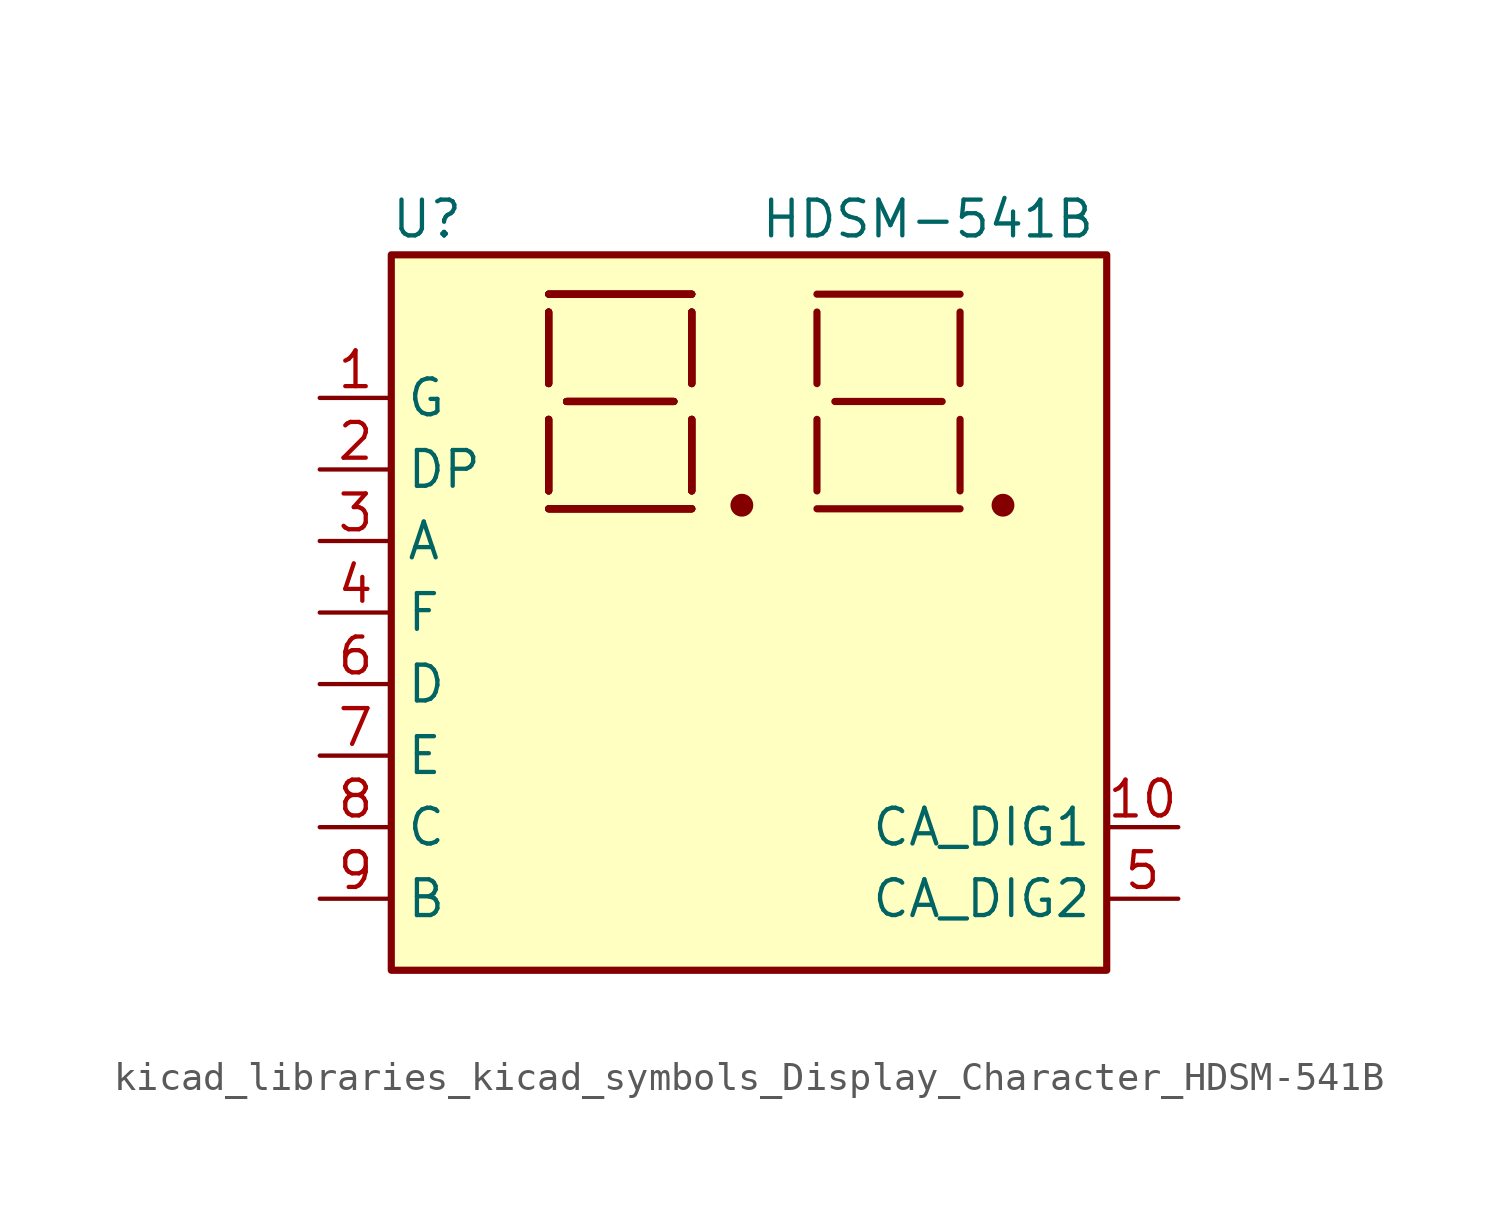
<source format=kicad_sym>
(kicad_symbol_lib
  (version 20220914)
  (generator kicad_symbol_editor)
  (symbol "kicad_libraries_kicad_symbols_Display_Character_HDSM-541B"
    (property "Reference" "U"
      (at -11.43 13.97 0)
      (effects (font (size 1.27 1.27))))
    (property "Value" "HDSM-541B"
      (at 6.35 13.97 0)
      (effects (font (size 1.27 1.27))))
    (symbol "kicad_libraries_kicad_symbols_Display_Character_HDSM-541B_0_1"
      (rectangle (start -12.7 12.7) (end 12.7 -12.7) (stroke (width 0.254) (type default)) (fill (type background)))
      (circle (center -0.254 3.81) (radius 0.279) (stroke (width 0.254) (type default)) (fill (type outline)))
      (polyline (pts (xy -7.112 3.683) (xy -2.032 3.683)) (stroke (width 0.254) (type default)) (fill (type none)))
      (polyline (pts (xy -7.112 3.683) (xy -2.032 3.683)) (stroke (width 0.254) (type default)) (fill (type none)))
      (polyline (pts (xy -7.112 3.683) (xy -2.032 3.683)) (stroke (width 0.254) (type default)) (fill (type none)))
      (polyline (pts (xy -7.112 3.683) (xy -2.032 3.683)) (stroke (width 0.254) (type default)) (fill (type none)))
      (polyline (pts (xy -7.112 4.318) (xy -7.112 6.858)) (stroke (width 0.254) (type default)) (fill (type none)))
      (polyline (pts (xy -7.112 4.318) (xy -7.112 6.858)) (stroke (width 0.254) (type default)) (fill (type none)))
      (polyline (pts (xy -7.112 4.318) (xy -7.112 6.858)) (stroke (width 0.254) (type default)) (fill (type none)))
      (polyline (pts (xy -7.112 4.318) (xy -7.112 6.858)) (stroke (width 0.254) (type default)) (fill (type none)))
      (polyline (pts (xy -7.112 8.128) (xy -7.112 10.668)) (stroke (width 0.254) (type default)) (fill (type none)))
      (polyline (pts (xy -7.112 8.128) (xy -7.112 10.668)) (stroke (width 0.254) (type default)) (fill (type none)))
      (polyline (pts (xy -7.112 8.128) (xy -7.112 10.668)) (stroke (width 0.254) (type default)) (fill (type none)))
      (polyline (pts (xy -7.112 8.128) (xy -7.112 10.668)) (stroke (width 0.254) (type default)) (fill (type none)))
      (polyline (pts (xy -7.112 11.303) (xy -2.032 11.303)) (stroke (width 0.254) (type default)) (fill (type none)))
      (polyline (pts (xy -7.112 11.303) (xy -2.032 11.303)) (stroke (width 0.254) (type default)) (fill (type none)))
      (polyline (pts (xy -7.112 11.303) (xy -2.032 11.303)) (stroke (width 0.254) (type default)) (fill (type none)))
      (polyline (pts (xy -7.112 11.303) (xy -2.032 11.303)) (stroke (width 0.254) (type default)) (fill (type none)))
      (polyline (pts (xy -6.477 7.493) (xy -2.667 7.493)) (stroke (width 0.254) (type default)) (fill (type none)))
      (polyline (pts (xy -6.477 7.493) (xy -2.667 7.493)) (stroke (width 0.254) (type default)) (fill (type none)))
      (polyline (pts (xy -6.477 7.493) (xy -2.667 7.493)) (stroke (width 0.254) (type default)) (fill (type none)))
      (polyline (pts (xy -6.477 7.493) (xy -2.667 7.493)) (stroke (width 0.254) (type default)) (fill (type none)))
      (polyline (pts (xy -2.032 4.318) (xy -2.032 6.858)) (stroke (width 0.254) (type default)) (fill (type none)))
      (polyline (pts (xy -2.032 4.318) (xy -2.032 6.858)) (stroke (width 0.254) (type default)) (fill (type none)))
      (polyline (pts (xy -2.032 4.318) (xy -2.032 6.858)) (stroke (width 0.254) (type default)) (fill (type none)))
      (polyline (pts (xy -2.032 4.318) (xy -2.032 6.858)) (stroke (width 0.254) (type default)) (fill (type none)))
      (polyline (pts (xy -2.032 10.668) (xy -2.032 8.128)) (stroke (width 0.254) (type default)) (fill (type none)))
      (polyline (pts (xy -2.032 10.668) (xy -2.032 8.128)) (stroke (width 0.254) (type default)) (fill (type none)))
      (polyline (pts (xy -2.032 10.668) (xy -2.032 8.128)) (stroke (width 0.254) (type default)) (fill (type none)))
      (polyline (pts (xy -2.032 10.668) (xy -2.032 8.128)) (stroke (width 0.254) (type default)) (fill (type none)))
      (polyline (pts (xy 2.413 3.683) (xy 7.493 3.683)) (stroke (width 0.254) (type default)) (fill (type none)))
      (polyline (pts (xy 2.413 4.318) (xy 2.413 6.858)) (stroke (width 0.254) (type default)) (fill (type none)))
      (polyline (pts (xy 2.413 8.128) (xy 2.413 10.668)) (stroke (width 0.254) (type default)) (fill (type none)))
      (polyline (pts (xy 2.413 11.303) (xy 7.493 11.303)) (stroke (width 0.254) (type default)) (fill (type none)))
      (polyline (pts (xy 3.048 7.493) (xy 6.858 7.493)) (stroke (width 0.254) (type default)) (fill (type none)))
      (polyline (pts (xy 7.493 4.318) (xy 7.493 6.858)) (stroke (width 0.254) (type default)) (fill (type none)))
      (polyline (pts (xy 7.493 8.128) (xy 7.493 10.668)) (stroke (width 0.254) (type default)) (fill (type none)))
      (circle (center 9.017 3.81) (radius 0.279) (stroke (width 0.254) (type default)) (fill (type outline))))
    (symbol "kicad_libraries_kicad_symbols_Display_Character_HDSM-541B_1_1"
      (pin input line (at -15.24 7.62 0) (length 2.54) (name "G" (effects (font (size 1.27 1.27)))) (number "1" (effects (font (size 1.27 1.27)))))
      (pin input line (at 15.24 -7.62 180) (length 2.54) (name "CA_DIG1" (effects (font (size 1.27 1.27)))) (number "10" (effects (font (size 1.27 1.27)))))
      (pin input line (at -15.24 5.08 0) (length 2.54) (name "DP" (effects (font (size 1.27 1.27)))) (number "2" (effects (font (size 1.27 1.27)))))
      (pin input line (at -15.24 2.54 0) (length 2.54) (name "A" (effects (font (size 1.27 1.27)))) (number "3" (effects (font (size 1.27 1.27)))))
      (pin input line (at -15.24 0 0) (length 2.54) (name "F" (effects (font (size 1.27 1.27)))) (number "4" (effects (font (size 1.27 1.27)))))
      (pin input line (at 15.24 -10.16 180) (length 2.54) (name "CA_DIG2" (effects (font (size 1.27 1.27)))) (number "5" (effects (font (size 1.27 1.27)))))
      (pin input line (at -15.24 -2.54 0) (length 2.54) (name "D" (effects (font (size 1.27 1.27)))) (number "6" (effects (font (size 1.27 1.27)))))
      (pin input line (at -15.24 -5.08 0) (length 2.54) (name "E" (effects (font (size 1.27 1.27)))) (number "7" (effects (font (size 1.27 1.27)))))
      (pin input line (at -15.24 -7.62 0) (length 2.54) (name "C" (effects (font (size 1.27 1.27)))) (number "8" (effects (font (size 1.27 1.27)))))
      (pin input line (at -15.24 -10.16 0) (length 2.54) (name "B" (effects (font (size 1.27 1.27)))) (number "9" (effects (font (size 1.27 1.27))))))))
</source>
